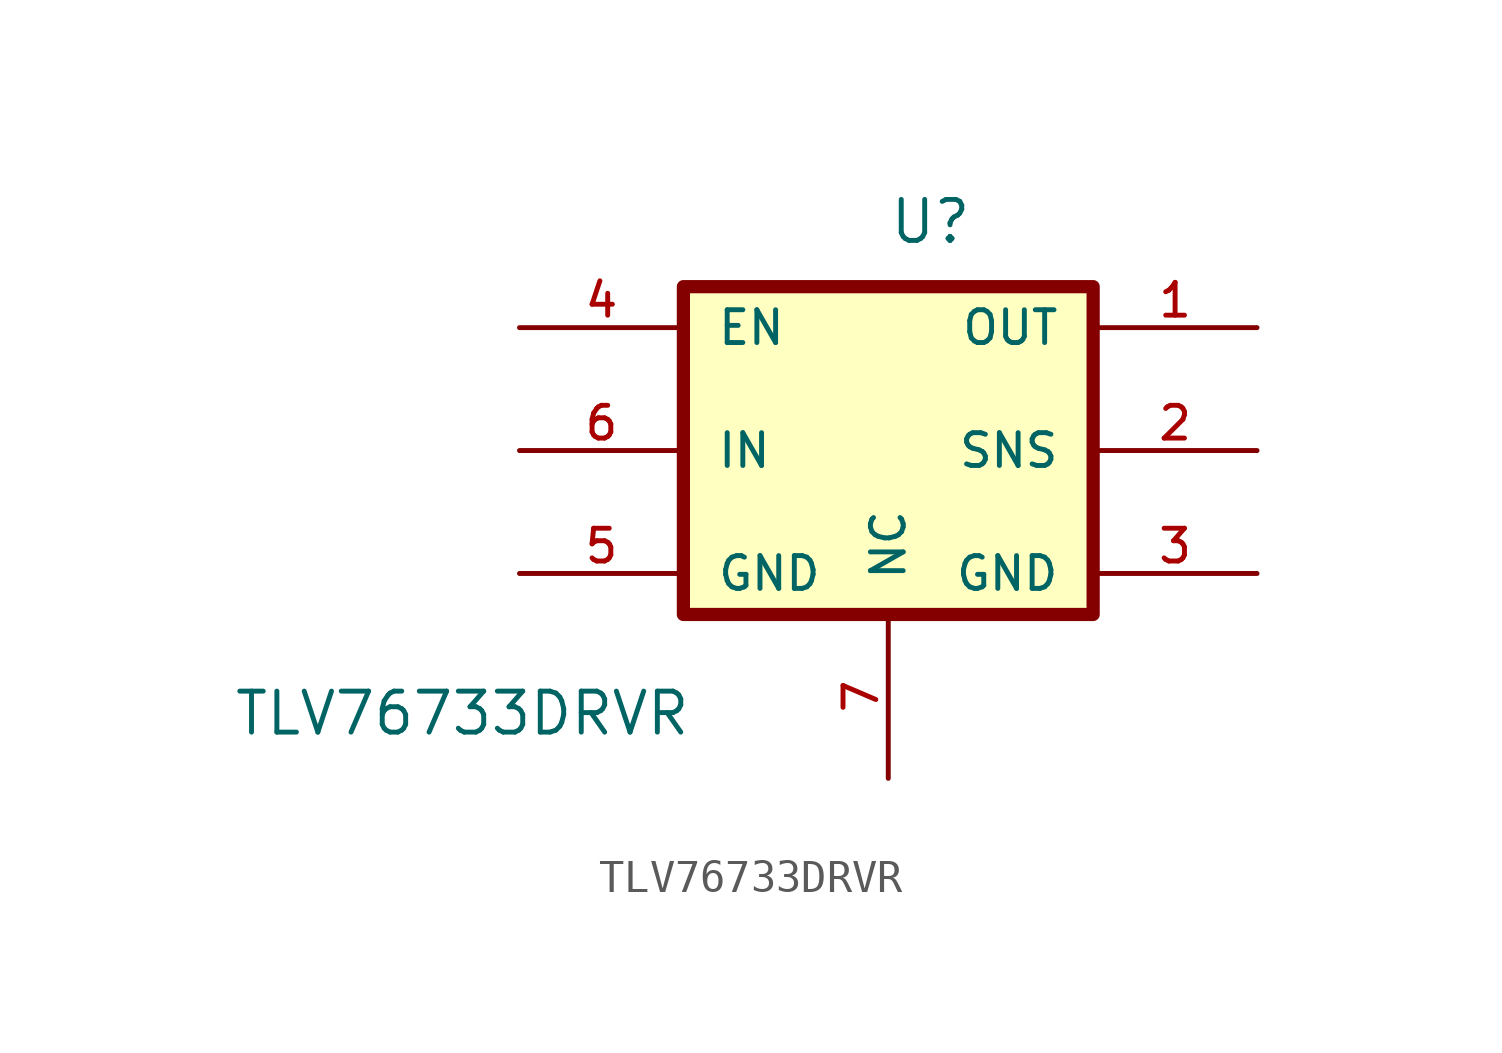
<source format=kicad_sym>
(kicad_symbol_lib
  (version 20241209)
  (generator "kicad_symbol_editor")
  (generator_version "9.0")
  (symbol "TLV76733DRVR"
    (pin_names
      (offset 1.016))
    (property "Reference" "U"
      (at 0 6.35 0)
      (effects (font (size 1.27 1.27)) (justify left bottom)))
    (property "Value" "TLV76733DRVR"
      (at -20.32 -8.89 0)
      (effects (font (size 1.27 1.27)) (justify left bottom)))
    (symbol "TLV76733DRVR_0_0"
      (rectangle (start -6.35 5.08) (end 6.35 -5.08) (stroke (width 0.41) (type default)) (fill (type background)))
      (pin input line (at -11.43 3.81 0) (length 5.08) (name "EN" (effects (font (size 1.016 1.016)))) (number "4" (effects (font (size 1.016 1.016)))))
      (pin power_in line (at -11.43 -3.81 0) (length 5.08) (name "GND" (effects (font (size 1.016 1.016)))) (number "5" (effects (font (size 1.016 1.016)))))
      (pin input line (at 11.43 0 180) (length 5.08) (name "SNS" (effects (font (size 1.016 1.016)))) (number "2" (effects (font (size 1.016 1.016))))))
    (symbol "TLV76733DRVR_1_0"
      (pin power_in line (at -11.43 0 0) (length 5.08) (name "IN" (effects (font (size 1.016 1.016)))) (number "6" (effects (font (size 1.016 1.016)))))
      (pin passive line (at 0 -10.16 90) (length 5.08) (name "NC" (effects (font (size 1.016 1.016)))) (number "7" (effects (font (size 1.016 1.016)))))
      (pin power_out line (at 11.43 3.81 180) (length 5.08) (name "OUT" (effects (font (size 1.016 1.016)))) (number "1" (effects (font (size 1.016 1.016)))))
      (pin power_in line (at 11.43 -3.81 180) (length 5.08) (name "GND" (effects (font (size 1.016 1.016)))) (number "3" (effects (font (size 1.016 1.016))))))))
</source>
